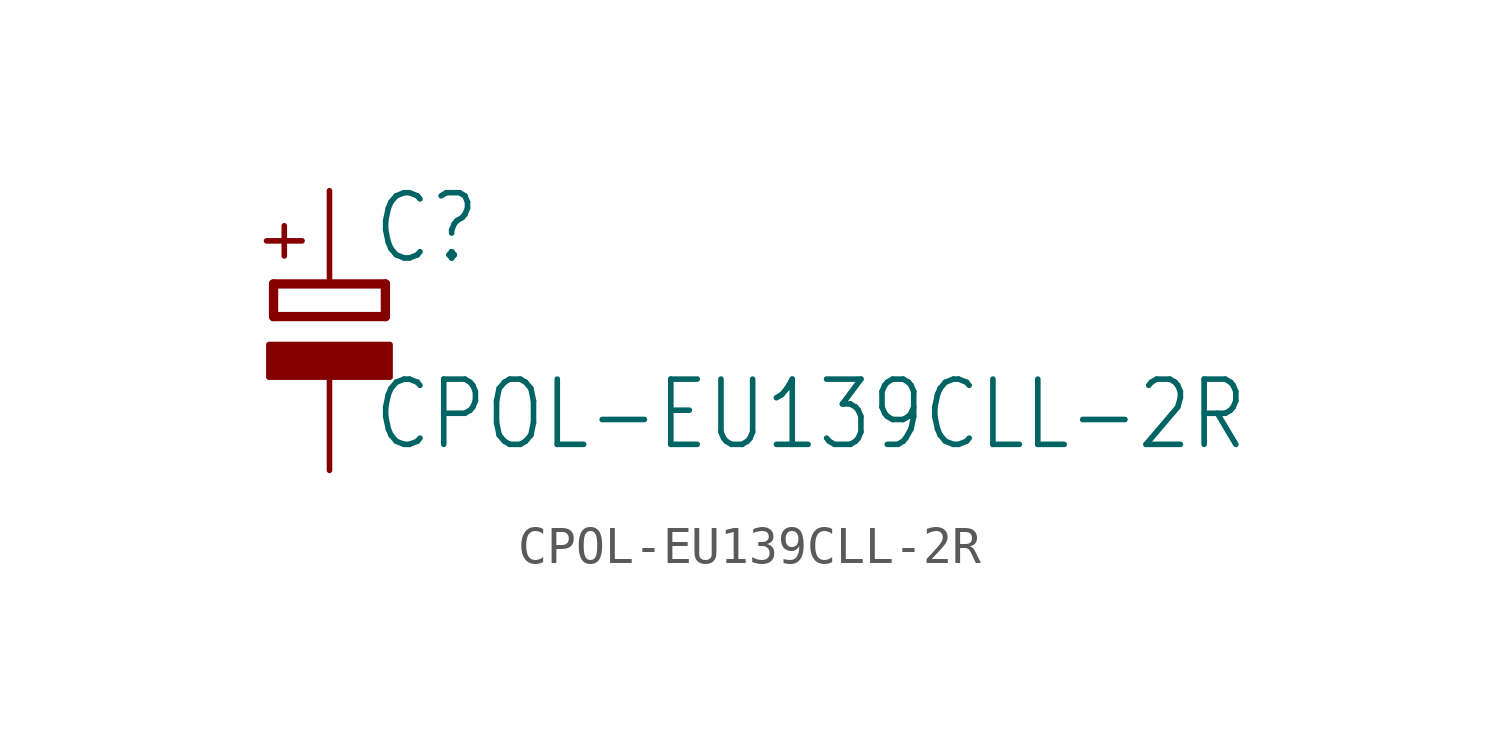
<source format=kicad_sym>
(kicad_symbol_lib
  (version 20211014)
  (generator kicad_symbol_editor)
  (symbol "CPOL-EU139CLL-2R"
    (property "Reference" "C"
      (at 1.143 0.483 0)
      (effects (font (size 1.778 1.511)) (justify left bottom)))
    (property "Value" "CPOL-EU139CLL-2R"
      (at 1.143 -4.597 0)
      (effects (font (size 1.778 1.511)) (justify left bottom)))
    (property "ki_locked" ""
      (at 0 0 0)
      (effects (font (size 1.27 1.27))))
    (symbol "CPOL-EU139CLL-2R_1_0"
      (rectangle (start -1.651 -2.54) (end 1.651 -1.651) (stroke (width 0) (type default) (color 0 0 0 0)) (fill (type outline)))
      (polyline (pts (xy -1.524 -0.889) (xy 1.524 -0.889)) (stroke (width 0.254) (type default) (color 0 0 0 0)) (fill (type none)))
      (polyline (pts (xy -1.524 0) (xy -1.524 -0.889)) (stroke (width 0.254) (type default) (color 0 0 0 0)) (fill (type none)))
      (polyline (pts (xy -1.524 0) (xy 1.524 0)) (stroke (width 0.254) (type default) (color 0 0 0 0)) (fill (type none)))
      (polyline (pts (xy 1.524 -0.889) (xy 1.524 0)) (stroke (width 0.254) (type default) (color 0 0 0 0)) (fill (type none)))
      (text "+" (at -0.584 0.406 900) (effects (font (size 1.27 1.079)) (justify left bottom)))
      (pin passive line (at 0 2.54 270) (length 2.54) (name "+" (effects (font (size 0 0)))) (number "+" (effects (font (size 0 0)))))
      (pin passive line (at 0 -5.08 90) (length 2.54) (name "-" (effects (font (size 0 0)))) (number "-" (effects (font (size 0 0))))))))
</source>
